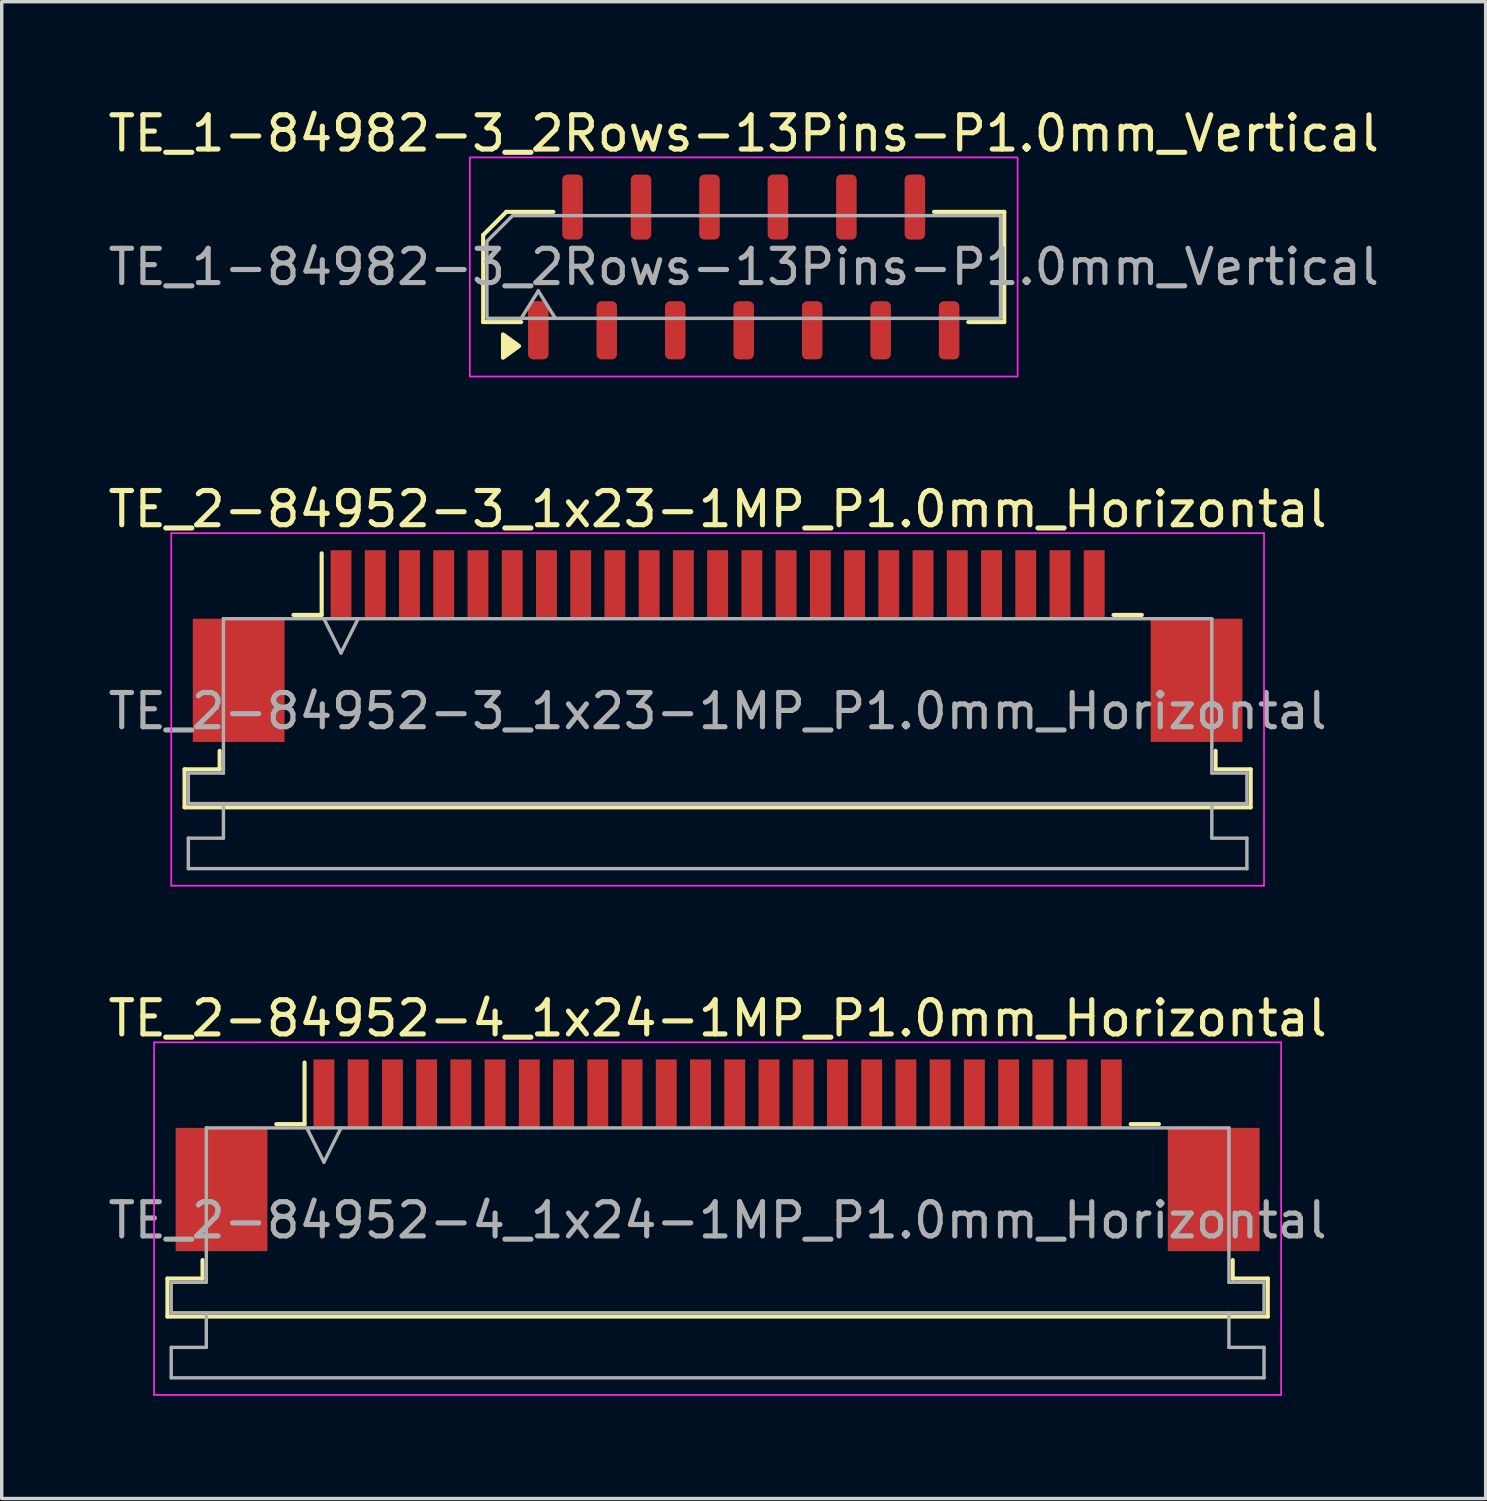
<source format=kicad_pcb>
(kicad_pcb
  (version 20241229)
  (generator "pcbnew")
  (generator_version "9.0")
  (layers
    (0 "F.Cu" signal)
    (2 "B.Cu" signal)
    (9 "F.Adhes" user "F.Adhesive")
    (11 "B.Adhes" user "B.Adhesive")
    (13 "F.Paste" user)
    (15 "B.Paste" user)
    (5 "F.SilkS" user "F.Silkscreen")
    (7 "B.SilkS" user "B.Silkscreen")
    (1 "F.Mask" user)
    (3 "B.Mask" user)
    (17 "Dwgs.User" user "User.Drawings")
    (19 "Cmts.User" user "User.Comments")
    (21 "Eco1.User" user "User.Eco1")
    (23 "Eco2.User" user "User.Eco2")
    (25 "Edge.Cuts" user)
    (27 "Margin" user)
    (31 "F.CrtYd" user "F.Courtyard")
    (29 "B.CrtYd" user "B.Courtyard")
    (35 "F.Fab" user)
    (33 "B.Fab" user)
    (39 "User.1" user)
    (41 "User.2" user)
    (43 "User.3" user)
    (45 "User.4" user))
  (footprint "TE_2-84952-4_1x24-1MP_P1.0mm_Horizontal"
    (layer "F.Cu")
    (at 17.911 30.695)
    (property "Reference" "TE_2-84952-4_1x24-1MP_P1.0mm_Horizontal" (at 0 -4 0) (layer "F.SilkS") (effects (font (size 1 1) (thickness 0.15))))
    (attr smd)
    (fp_line (start -16.07 3.6) (end -15.045 3.6) (stroke (width 0.12) (type solid)) (layer "F.SilkS"))
    (fp_line (start -16.07 4.71) (end -16.07 3.6) (stroke (width 0.12) (type solid)) (layer "F.SilkS"))
    (fp_line (start -15.045 3.6) (end -15.045 3.06) (stroke (width 0.12) (type solid)) (layer "F.SilkS"))
    (fp_line (start -12.89 -0.91) (end -12.065 -0.91) (stroke (width 0.12) (type solid)) (layer "F.SilkS"))
    (fp_line (start -12.065 -0.91) (end -12.065 -2.71) (stroke (width 0.12) (type solid)) (layer "F.SilkS"))
    (fp_line (start 12.065 -0.91) (end 12.89 -0.91) (stroke (width 0.12) (type solid)) (layer "F.SilkS"))
    (fp_line (start 15.045 3.06) (end 15.045 3.6) (stroke (width 0.12) (type solid)) (layer "F.SilkS"))
    (fp_line (start 15.045 3.6) (end 16.07 3.6) (stroke (width 0.12) (type solid)) (layer "F.SilkS"))
    (fp_line (start 16.07 3.6) (end 16.07 4.71) (stroke (width 0.12) (type solid)) (layer "F.SilkS"))
    (fp_line (start 16.07 4.71) (end -16.07 4.71) (stroke (width 0.12) (type solid)) (layer "F.SilkS"))
    (fp_line (start -16.46 -3.3) (end -16.46 7) (stroke (width 0.05) (type solid)) (layer "F.CrtYd"))
    (fp_line (start -16.46 7) (end 16.46 7) (stroke (width 0.05) (type solid)) (layer "F.CrtYd"))
    (fp_line (start 16.46 -3.3) (end -16.46 -3.3) (stroke (width 0.05) (type solid)) (layer "F.CrtYd"))
    (fp_line (start 16.46 7) (end 16.46 -3.3) (stroke (width 0.05) (type solid)) (layer "F.CrtYd"))
    (fp_line (start -15.96 3.71) (end -14.935 3.71) (stroke (width 0.1) (type solid)) (layer "F.Fab"))
    (fp_line (start -15.96 4.6) (end -15.96 3.71) (stroke (width 0.1) (type solid)) (layer "F.Fab"))
    (fp_line (start -15.96 5.61) (end -14.935 5.61) (stroke (width 0.1) (type solid)) (layer "F.Fab"))
    (fp_line (start -15.96 6.5) (end -15.96 5.61) (stroke (width 0.1) (type solid)) (layer "F.Fab"))
    (fp_line (start -14.935 -0.8) (end 14.935 -0.8) (stroke (width 0.1) (type solid)) (layer "F.Fab"))
    (fp_line (start -14.935 3.71) (end -14.935 -0.8) (stroke (width 0.1) (type solid)) (layer "F.Fab"))
    (fp_line (start -14.935 5.61) (end -14.935 4.6) (stroke (width 0.1) (type solid)) (layer "F.Fab"))
    (fp_line (start -12 -0.8) (end -11.5 0.2) (stroke (width 0.1) (type solid)) (layer "F.Fab"))
    (fp_line (start -11.5 0.2) (end -11 -0.8) (stroke (width 0.1) (type solid)) (layer "F.Fab"))
    (fp_line (start 14.935 -0.8) (end 14.935 3.71) (stroke (width 0.1) (type solid)) (layer "F.Fab"))
    (fp_line (start 14.935 3.71) (end 15.96 3.71) (stroke (width 0.1) (type solid)) (layer "F.Fab"))
    (fp_line (start 14.935 4.6) (end 14.935 5.61) (stroke (width 0.1) (type solid)) (layer "F.Fab"))
    (fp_line (start 14.935 5.61) (end 15.96 5.61) (stroke (width 0.1) (type solid)) (layer "F.Fab"))
    (fp_line (start 15.96 3.71) (end 15.96 4.6) (stroke (width 0.1) (type solid)) (layer "F.Fab"))
    (fp_line (start 15.96 4.6) (end -15.96 4.6) (stroke (width 0.1) (type solid)) (layer "F.Fab"))
    (fp_line (start 15.96 5.61) (end 15.96 6.5) (stroke (width 0.1) (type solid)) (layer "F.Fab"))
    (fp_line (start 15.96 6.5) (end -15.96 6.5) (stroke (width 0.1) (type solid)) (layer "F.Fab"))
    (fp_text user "${REFERENCE}" (at 0 1.9 0) (layer "F.Fab") (effects (font (size 1 1) (thickness 0.15))))
    (pad "1" smd rect (at -11.5 -1.8) (size 0.61 2) (layers "F.Cu" "F.Mask" "F.Paste"))
    (pad "2" smd rect (at -10.5 -1.8) (size 0.61 2) (layers "F.Cu" "F.Mask" "F.Paste"))
    (pad "3" smd rect (at -9.5 -1.8) (size 0.61 2) (layers "F.Cu" "F.Mask" "F.Paste"))
    (pad "4" smd rect (at -8.5 -1.8) (size 0.61 2) (layers "F.Cu" "F.Mask" "F.Paste"))
    (pad "5" smd rect (at -7.5 -1.8) (size 0.61 2) (layers "F.Cu" "F.Mask" "F.Paste"))
    (pad "6" smd rect (at -6.5 -1.8) (size 0.61 2) (layers "F.Cu" "F.Mask" "F.Paste"))
    (pad "7" smd rect (at -5.5 -1.8) (size 0.61 2) (layers "F.Cu" "F.Mask" "F.Paste"))
    (pad "8" smd rect (at -4.5 -1.8) (size 0.61 2) (layers "F.Cu" "F.Mask" "F.Paste"))
    (pad "9" smd rect (at -3.5 -1.8) (size 0.61 2) (layers "F.Cu" "F.Mask" "F.Paste"))
    (pad "10" smd rect (at -2.5 -1.8) (size 0.61 2) (layers "F.Cu" "F.Mask" "F.Paste"))
    (pad "11" smd rect (at -1.5 -1.8) (size 0.61 2) (layers "F.Cu" "F.Mask" "F.Paste"))
    (pad "12" smd rect (at -0.5 -1.8) (size 0.61 2) (layers "F.Cu" "F.Mask" "F.Paste"))
    (pad "13" smd rect (at 0.5 -1.8) (size 0.61 2) (layers "F.Cu" "F.Mask" "F.Paste"))
    (pad "14" smd rect (at 1.5 -1.8) (size 0.61 2) (layers "F.Cu" "F.Mask" "F.Paste"))
    (pad "15" smd rect (at 2.5 -1.8) (size 0.61 2) (layers "F.Cu" "F.Mask" "F.Paste"))
    (pad "16" smd rect (at 3.5 -1.8) (size 0.61 2) (layers "F.Cu" "F.Mask" "F.Paste"))
    (pad "17" smd rect (at 4.5 -1.8) (size 0.61 2) (layers "F.Cu" "F.Mask" "F.Paste"))
    (pad "18" smd rect (at 5.5 -1.8) (size 0.61 2) (layers "F.Cu" "F.Mask" "F.Paste"))
    (pad "19" smd rect (at 6.5 -1.8) (size 0.61 2) (layers "F.Cu" "F.Mask" "F.Paste"))
    (pad "20" smd rect (at 7.5 -1.8) (size 0.61 2) (layers "F.Cu" "F.Mask" "F.Paste"))
    (pad "21" smd rect (at 8.5 -1.8) (size 0.61 2) (layers "F.Cu" "F.Mask" "F.Paste"))
    (pad "22" smd rect (at 9.5 -1.8) (size 0.61 2) (layers "F.Cu" "F.Mask" "F.Paste"))
    (pad "23" smd rect (at 10.5 -1.8) (size 0.61 2) (layers "F.Cu" "F.Mask" "F.Paste"))
    (pad "24" smd rect (at 11.5 -1.8) (size 0.61 2) (layers "F.Cu" "F.Mask" "F.Paste"))
    (pad "MP" smd rect (at -14.49 1) (size 2.68 3.6) (layers "F.Cu" "F.Mask" "F.Paste"))
    (pad "MP" smd rect (at 14.49 1) (size 2.68 3.6) (layers "F.Cu" "F.Mask" "F.Paste")))
  (footprint "TE_2-84952-3_1x23-1MP_P1.0mm_Horizontal"
    (layer "F.Cu")
    (at 17.911 15.822)
    (property "Reference" "TE_2-84952-3_1x23-1MP_P1.0mm_Horizontal" (at 0 -4 0) (layer "F.SilkS") (effects (font (size 1 1) (thickness 0.15))))
    (attr smd)
    (fp_line (start -15.57 3.6) (end -14.545 3.6) (stroke (width 0.12) (type solid)) (layer "F.SilkS"))
    (fp_line (start -15.57 4.71) (end -15.57 3.6) (stroke (width 0.12) (type solid)) (layer "F.SilkS"))
    (fp_line (start -14.545 3.6) (end -14.545 3.06) (stroke (width 0.12) (type solid)) (layer "F.SilkS"))
    (fp_line (start -12.39 -0.91) (end -11.565 -0.91) (stroke (width 0.12) (type solid)) (layer "F.SilkS"))
    (fp_line (start -11.565 -0.91) (end -11.565 -2.71) (stroke (width 0.12) (type solid)) (layer "F.SilkS"))
    (fp_line (start 11.565 -0.91) (end 12.39 -0.91) (stroke (width 0.12) (type solid)) (layer "F.SilkS"))
    (fp_line (start 14.545 3.06) (end 14.545 3.6) (stroke (width 0.12) (type solid)) (layer "F.SilkS"))
    (fp_line (start 14.545 3.6) (end 15.57 3.6) (stroke (width 0.12) (type solid)) (layer "F.SilkS"))
    (fp_line (start 15.57 3.6) (end 15.57 4.71) (stroke (width 0.12) (type solid)) (layer "F.SilkS"))
    (fp_line (start 15.57 4.71) (end -15.57 4.71) (stroke (width 0.12) (type solid)) (layer "F.SilkS"))
    (fp_line (start -15.96 -3.3) (end -15.96 7) (stroke (width 0.05) (type solid)) (layer "F.CrtYd"))
    (fp_line (start -15.96 7) (end 15.96 7) (stroke (width 0.05) (type solid)) (layer "F.CrtYd"))
    (fp_line (start 15.96 -3.3) (end -15.96 -3.3) (stroke (width 0.05) (type solid)) (layer "F.CrtYd"))
    (fp_line (start 15.96 7) (end 15.96 -3.3) (stroke (width 0.05) (type solid)) (layer "F.CrtYd"))
    (fp_line (start -15.46 3.71) (end -14.435 3.71) (stroke (width 0.1) (type solid)) (layer "F.Fab"))
    (fp_line (start -15.46 4.6) (end -15.46 3.71) (stroke (width 0.1) (type solid)) (layer "F.Fab"))
    (fp_line (start -15.46 5.61) (end -14.435 5.61) (stroke (width 0.1) (type solid)) (layer "F.Fab"))
    (fp_line (start -15.46 6.5) (end -15.46 5.61) (stroke (width 0.1) (type solid)) (layer "F.Fab"))
    (fp_line (start -14.435 -0.8) (end 14.435 -0.8) (stroke (width 0.1) (type solid)) (layer "F.Fab"))
    (fp_line (start -14.435 3.71) (end -14.435 -0.8) (stroke (width 0.1) (type solid)) (layer "F.Fab"))
    (fp_line (start -14.435 5.61) (end -14.435 4.6) (stroke (width 0.1) (type solid)) (layer "F.Fab"))
    (fp_line (start -11.5 -0.8) (end -11 0.2) (stroke (width 0.1) (type solid)) (layer "F.Fab"))
    (fp_line (start -11 0.2) (end -10.5 -0.8) (stroke (width 0.1) (type solid)) (layer "F.Fab"))
    (fp_line (start 14.435 -0.8) (end 14.435 3.71) (stroke (width 0.1) (type solid)) (layer "F.Fab"))
    (fp_line (start 14.435 3.71) (end 15.46 3.71) (stroke (width 0.1) (type solid)) (layer "F.Fab"))
    (fp_line (start 14.435 4.6) (end 14.435 5.61) (stroke (width 0.1) (type solid)) (layer "F.Fab"))
    (fp_line (start 14.435 5.61) (end 15.46 5.61) (stroke (width 0.1) (type solid)) (layer "F.Fab"))
    (fp_line (start 15.46 3.71) (end 15.46 4.6) (stroke (width 0.1) (type solid)) (layer "F.Fab"))
    (fp_line (start 15.46 4.6) (end -15.46 4.6) (stroke (width 0.1) (type solid)) (layer "F.Fab"))
    (fp_line (start 15.46 5.61) (end 15.46 6.5) (stroke (width 0.1) (type solid)) (layer "F.Fab"))
    (fp_line (start 15.46 6.5) (end -15.46 6.5) (stroke (width 0.1) (type solid)) (layer "F.Fab"))
    (fp_text user "${REFERENCE}" (at 0 1.9 0) (layer "F.Fab") (effects (font (size 1 1) (thickness 0.15))))
    (pad "1" smd rect (at -11 -1.8) (size 0.61 2) (layers "F.Cu" "F.Mask" "F.Paste"))
    (pad "2" smd rect (at -10 -1.8) (size 0.61 2) (layers "F.Cu" "F.Mask" "F.Paste"))
    (pad "3" smd rect (at -9 -1.8) (size 0.61 2) (layers "F.Cu" "F.Mask" "F.Paste"))
    (pad "4" smd rect (at -8 -1.8) (size 0.61 2) (layers "F.Cu" "F.Mask" "F.Paste"))
    (pad "5" smd rect (at -7 -1.8) (size 0.61 2) (layers "F.Cu" "F.Mask" "F.Paste"))
    (pad "6" smd rect (at -6 -1.8) (size 0.61 2) (layers "F.Cu" "F.Mask" "F.Paste"))
    (pad "7" smd rect (at -5 -1.8) (size 0.61 2) (layers "F.Cu" "F.Mask" "F.Paste"))
    (pad "8" smd rect (at -4 -1.8) (size 0.61 2) (layers "F.Cu" "F.Mask" "F.Paste"))
    (pad "9" smd rect (at -3 -1.8) (size 0.61 2) (layers "F.Cu" "F.Mask" "F.Paste"))
    (pad "10" smd rect (at -2 -1.8) (size 0.61 2) (layers "F.Cu" "F.Mask" "F.Paste"))
    (pad "11" smd rect (at -1 -1.8) (size 0.61 2) (layers "F.Cu" "F.Mask" "F.Paste"))
    (pad "12" smd rect (at 0 -1.8) (size 0.61 2) (layers "F.Cu" "F.Mask" "F.Paste"))
    (pad "13" smd rect (at 1 -1.8) (size 0.61 2) (layers "F.Cu" "F.Mask" "F.Paste"))
    (pad "14" smd rect (at 2 -1.8) (size 0.61 2) (layers "F.Cu" "F.Mask" "F.Paste"))
    (pad "15" smd rect (at 3 -1.8) (size 0.61 2) (layers "F.Cu" "F.Mask" "F.Paste"))
    (pad "16" smd rect (at 4 -1.8) (size 0.61 2) (layers "F.Cu" "F.Mask" "F.Paste"))
    (pad "17" smd rect (at 5 -1.8) (size 0.61 2) (layers "F.Cu" "F.Mask" "F.Paste"))
    (pad "18" smd rect (at 6 -1.8) (size 0.61 2) (layers "F.Cu" "F.Mask" "F.Paste"))
    (pad "19" smd rect (at 7 -1.8) (size 0.61 2) (layers "F.Cu" "F.Mask" "F.Paste"))
    (pad "20" smd rect (at 8 -1.8) (size 0.61 2) (layers "F.Cu" "F.Mask" "F.Paste"))
    (pad "21" smd rect (at 9 -1.8) (size 0.61 2) (layers "F.Cu" "F.Mask" "F.Paste"))
    (pad "22" smd rect (at 10 -1.8) (size 0.61 2) (layers "F.Cu" "F.Mask" "F.Paste"))
    (pad "23" smd rect (at 11 -1.8) (size 0.61 2) (layers "F.Cu" "F.Mask" "F.Paste"))
    (pad "MP" smd rect (at -13.99 1) (size 2.68 3.6) (layers "F.Cu" "F.Mask" "F.Paste"))
    (pad "MP" smd rect (at 13.99 1) (size 2.68 3.6) (layers "F.Cu" "F.Mask" "F.Paste")))
  (footprint "TE_1-84982-3_2Rows-13Pins-P1.0mm_Vertical"
    (layer "F.Cu")
    (at 18.673 4.748)
    (property "Reference" "TE_1-84982-3_2Rows-13Pins-P1.0mm_Vertical" (at 0 -3.9 0) (layer "F.SilkS") (effects (font (size 1 1) (thickness 0.15))))
    (attr smd)
    (fp_line (start -7.61 -0.934) (end -7.61 1.61) (stroke (width 0.12) (type solid)) (layer "F.SilkS"))
    (fp_line (start -7.61 1.61) (end -6.5 1.61) (stroke (width 0.12) (type solid)) (layer "F.SilkS"))
    (fp_line (start -6.934 -1.61) (end -7.61 -0.934) (stroke (width 0.12) (type solid)) (layer "F.SilkS"))
    (fp_line (start -5.56 -1.61) (end -6.934 -1.61) (stroke (width 0.12) (type solid)) (layer "F.SilkS"))
    (fp_line (start 6.56 1.61) (end 7.61 1.61) (stroke (width 0.12) (type solid)) (layer "F.SilkS"))
    (fp_line (start 7.61 -1.61) (end 5.56 -1.61) (stroke (width 0.12) (type solid)) (layer "F.SilkS"))
    (fp_line (start 7.61 1.61) (end 7.61 -1.61) (stroke (width 0.12) (type solid)) (layer "F.SilkS"))
    (fp_poly (pts (xy -6.56 2.31) (xy -7.03 2.65) (xy -7.03 1.97)) (stroke (width 0.12) (type solid)) (fill yes) (layer "F.SilkS"))
    (fp_rect (start -8 -3.2) (end 8 3.2) (stroke (width 0.05) (type solid)) (fill no) (layer "F.CrtYd"))
    (fp_line (start -6.5 1.5) (end -6 0.7) (stroke (width 0.1) (type solid)) (layer "F.Fab"))
    (fp_line (start -6 0.7) (end -5.5 1.5) (stroke (width 0.1) (type solid)) (layer "F.Fab"))
    (fp_poly (pts (xy -7.5 -0.75) (xy -7.5 1.5) (xy 7.5 1.5) (xy 7.5 -1.5) (xy -6.75 -1.5)) (stroke (width 0.1) (type solid)) (fill no) (layer "F.Fab"))
    (fp_text user "${REFERENCE}" (at 0 0 0) (layer "F.Fab") (effects (font (size 1 1) (thickness 0.15))))
    (pad "1" smd roundrect (at -6 1.85) (size 0.6 1.7) (layers "F.Cu" "F.Mask" "F.Paste") (roundrect_rratio 0.25))
    (pad "2" smd roundrect (at -5 -1.75) (size 0.6 1.9) (layers "F.Cu" "F.Mask" "F.Paste") (roundrect_rratio 0.25))
    (pad "3" smd roundrect (at -4 1.85) (size 0.6 1.7) (layers "F.Cu" "F.Mask" "F.Paste") (roundrect_rratio 0.25))
    (pad "4" smd roundrect (at -3 -1.75) (size 0.6 1.9) (layers "F.Cu" "F.Mask" "F.Paste") (roundrect_rratio 0.25))
    (pad "5" smd roundrect (at -2 1.85) (size 0.6 1.7) (layers "F.Cu" "F.Mask" "F.Paste") (roundrect_rratio 0.25))
    (pad "6" smd roundrect (at -1 -1.75) (size 0.6 1.9) (layers "F.Cu" "F.Mask" "F.Paste") (roundrect_rratio 0.25))
    (pad "7" smd roundrect (at 0 1.85) (size 0.6 1.7) (layers "F.Cu" "F.Mask" "F.Paste") (roundrect_rratio 0.25))
    (pad "8" smd roundrect (at 1 -1.75) (size 0.6 1.9) (layers "F.Cu" "F.Mask" "F.Paste") (roundrect_rratio 0.25))
    (pad "9" smd roundrect (at 2 1.85) (size 0.6 1.7) (layers "F.Cu" "F.Mask" "F.Paste") (roundrect_rratio 0.25))
    (pad "10" smd roundrect (at 3 -1.75) (size 0.6 1.9) (layers "F.Cu" "F.Mask" "F.Paste") (roundrect_rratio 0.25))
    (pad "11" smd roundrect (at 4 1.85) (size 0.6 1.7) (layers "F.Cu" "F.Mask" "F.Paste") (roundrect_rratio 0.25))
    (pad "12" smd roundrect (at 5 -1.75) (size 0.6 1.9) (layers "F.Cu" "F.Mask" "F.Paste") (roundrect_rratio 0.25))
    (pad "13" smd roundrect (at 6 1.85) (size 0.6 1.7) (layers "F.Cu" "F.Mask" "F.Paste") (roundrect_rratio 0.25)))
  (gr_rect
    (start -3 -3)
    (end 40.345 40.72)
    (stroke (width 0.1) (type default))
    (fill no)
    (layer "Edge.Cuts")))
</source>
